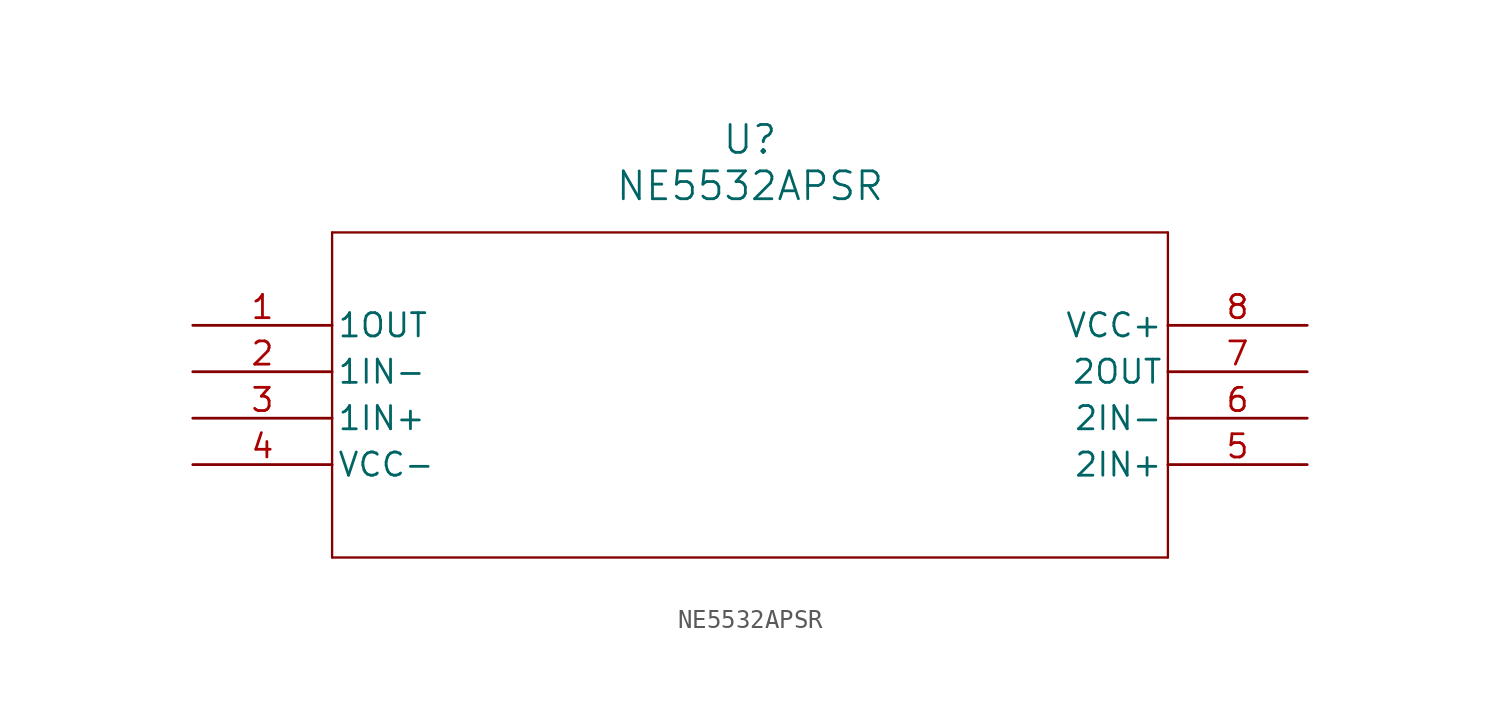
<source format=kicad_sym>
(kicad_symbol_lib
  (version 20211014)
  (generator kicad_symbol_editor)
  (symbol "NE5532APSR"
    (pin_names
      (offset 0.254))
    (property "Reference" "U"
      (at 30.48 10.16 0)
      (effects (font (size 1.524 1.524))))
    (property "Value" "NE5532APSR"
      (at 30.48 7.62 0)
      (effects (font (size 1.524 1.524))))
    (symbol "NE5532APSR_0_1"
      (polyline (pts (xy 7.62 5.08) (xy 7.62 -12.7)) (stroke (width 0.127) (type default) (color 0 0 0 0)) (fill (type none)))
      (polyline (pts (xy 7.62 -12.7) (xy 53.34 -12.7)) (stroke (width 0.127) (type default) (color 0 0 0 0)) (fill (type none)))
      (polyline (pts (xy 53.34 -12.7) (xy 53.34 5.08)) (stroke (width 0.127) (type default) (color 0 0 0 0)) (fill (type none)))
      (polyline (pts (xy 53.34 5.08) (xy 7.62 5.08)) (stroke (width 0.127) (type default) (color 0 0 0 0)) (fill (type none)))
      (pin output line (at 0 0 0) (length 7.62) (name "1OUT" (effects (font (size 1.27 1.27)))) (number "1" (effects (font (size 1.27 1.27)))))
      (pin input line (at 0 -2.54 0) (length 7.62) (name "1IN-" (effects (font (size 1.27 1.27)))) (number "2" (effects (font (size 1.27 1.27)))))
      (pin input line (at 0 -5.08 0) (length 7.62) (name "1IN+" (effects (font (size 1.27 1.27)))) (number "3" (effects (font (size 1.27 1.27)))))
      (pin power_in line (at 0 -7.62 0) (length 7.62) (name "VCC-" (effects (font (size 1.27 1.27)))) (number "4" (effects (font (size 1.27 1.27)))))
      (pin input line (at 60.96 -7.62 180) (length 7.62) (name "2IN+" (effects (font (size 1.27 1.27)))) (number "5" (effects (font (size 1.27 1.27)))))
      (pin input line (at 60.96 -5.08 180) (length 7.62) (name "2IN-" (effects (font (size 1.27 1.27)))) (number "6" (effects (font (size 1.27 1.27)))))
      (pin output line (at 60.96 -2.54 180) (length 7.62) (name "2OUT" (effects (font (size 1.27 1.27)))) (number "7" (effects (font (size 1.27 1.27)))))
      (pin power_in line (at 60.96 0 180) (length 7.62) (name "VCC+" (effects (font (size 1.27 1.27)))) (number "8" (effects (font (size 1.27 1.27))))))))
</source>
